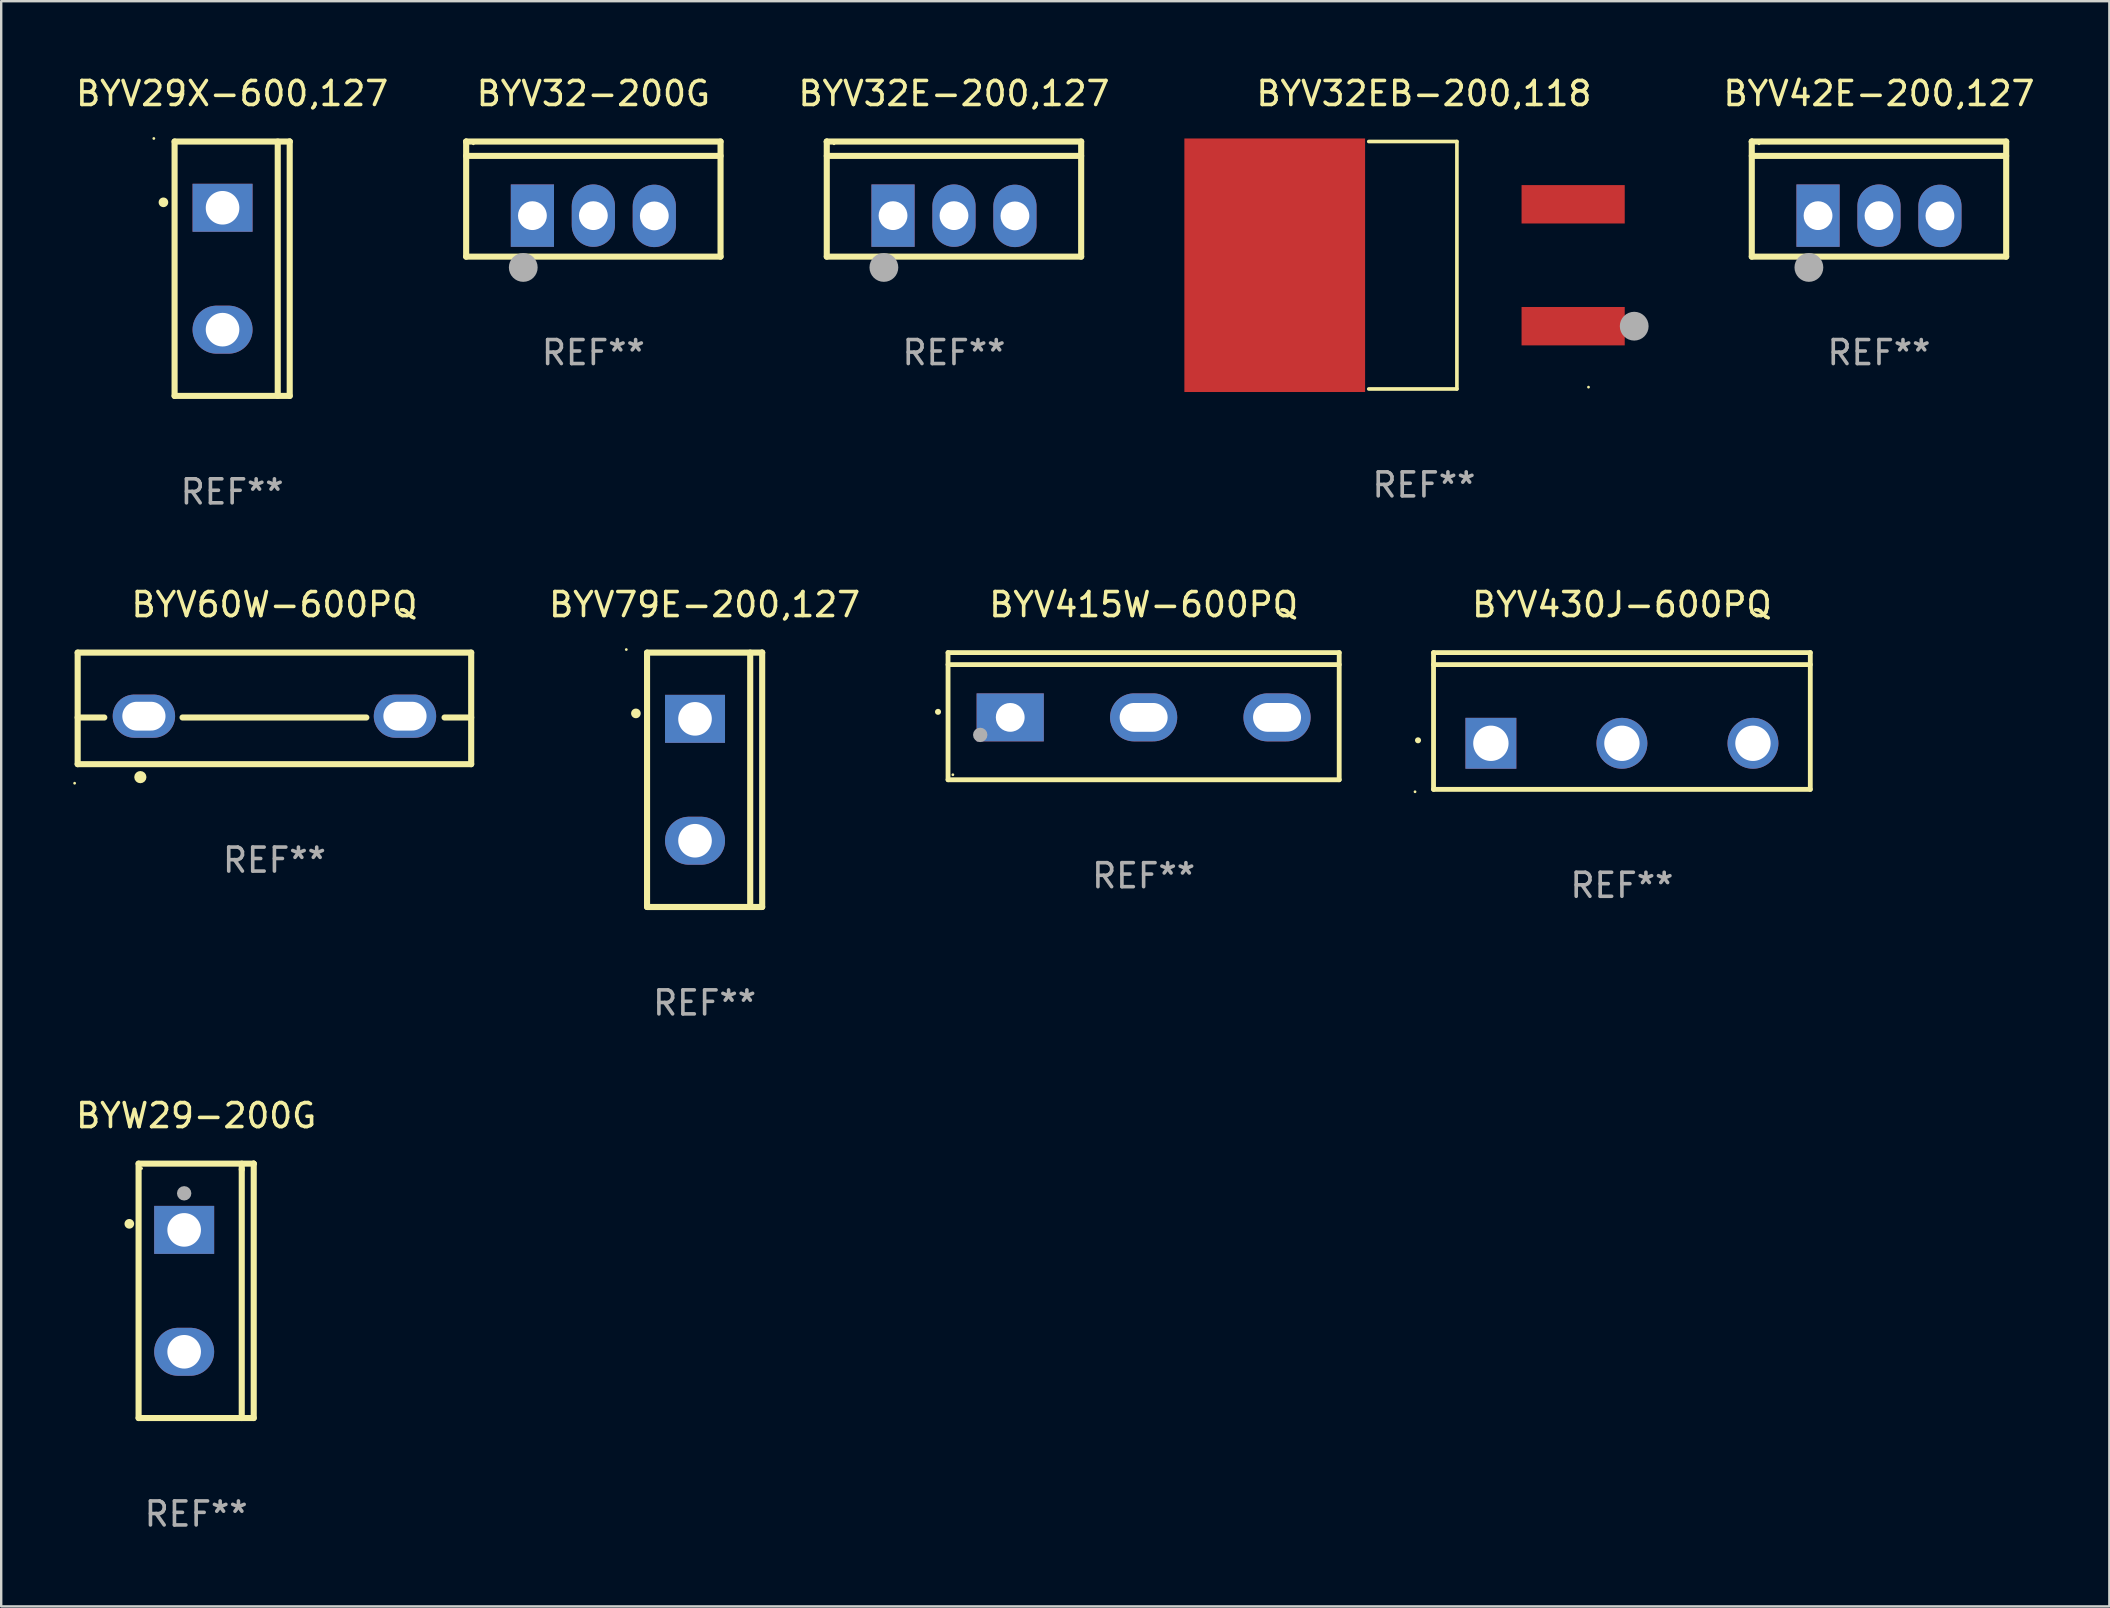
<source format=kicad_pcb>
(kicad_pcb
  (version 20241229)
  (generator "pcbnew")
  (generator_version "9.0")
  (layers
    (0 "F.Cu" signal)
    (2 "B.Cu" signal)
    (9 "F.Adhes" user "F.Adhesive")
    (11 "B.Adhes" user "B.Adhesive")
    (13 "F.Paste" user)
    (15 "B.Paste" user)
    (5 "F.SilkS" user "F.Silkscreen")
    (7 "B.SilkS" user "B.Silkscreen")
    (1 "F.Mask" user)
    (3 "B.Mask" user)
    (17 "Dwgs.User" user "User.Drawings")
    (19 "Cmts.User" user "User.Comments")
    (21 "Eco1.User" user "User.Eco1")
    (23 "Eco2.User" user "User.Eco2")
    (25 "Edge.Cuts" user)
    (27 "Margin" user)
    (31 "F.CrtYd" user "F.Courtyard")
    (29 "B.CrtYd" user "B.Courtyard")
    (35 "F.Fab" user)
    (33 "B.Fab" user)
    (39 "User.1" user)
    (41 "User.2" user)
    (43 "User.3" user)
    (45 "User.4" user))
  (footprint "BYV42E-200,127"
    (layer "F.Cu")
    (at 75.257 5.247)
    (property "Reference" "BYV42E-200,127" (at 0 -4.399 0) (layer "F.SilkS") (effects (font (size 1 1) (thickness 0.15))))
    (attr through_hole)
    (fp_line (start -5.301 -2.399) (end 5.301 -2.399) (stroke (width 0.254) (type solid)) (layer "F.SilkS"))
    (fp_line (start -5.301 -2.394) (end -5.301 -2.399) (stroke (width 0.254) (type solid)) (layer "F.SilkS"))
    (fp_line (start -5.301 2.399) (end -5.301 -2.394) (stroke (width 0.254) (type solid)) (layer "F.SilkS"))
    (fp_line (start 5.3 -1.8) (end -5.3 -1.8) (stroke (width 0.254) (type solid)) (layer "F.SilkS"))
    (fp_line (start 5.301 -2.399) (end 5.301 2.399) (stroke (width 0.254) (type solid)) (layer "F.SilkS"))
    (fp_line (start 5.301 2.399) (end -5.301 2.399) (stroke (width 0.254) (type solid)) (layer "F.SilkS"))
    (fp_arc (start -2.769977 3.025032) (mid -2.768707 3.025028) (end -2.767437 3.025032) (stroke (width 0.4) (type solid)) (layer "F.SilkS"))
    (fp_circle (center -5 -2.305) (end -4.97 -2.305) (stroke (width 0.06) (type solid)) (fill no) (layer "F.SilkS"))
    (fp_circle (center -2.921 2.849) (end -2.621 2.849) (stroke (width 0.6) (type solid)) (fill no) (layer "F.Fab"))
    (fp_text user "REF**" (at 0 6.399 0) (layer "F.Fab") (effects (font (size 1 1) (thickness 0.15))))
    (pad "1" thru_hole rect (at -2.54 0.69) (size 1.8 2.6) (drill 1.2) (layers "*.Cu" "*.Mask"))
    (pad "2" thru_hole oval (at 0 0.69) (size 1.8 2.6) (drill 1.2) (layers "*.Cu" "*.Mask"))
    (pad "3" thru_hole oval (at 2.54 0.7) (size 1.8 2.6) (drill 1.2) (layers "*.Cu" "*.Mask")))
  (footprint "BYV430J-600PQ"
    (layer "F.Cu")
    (at 64.544 26.997)
    (property "Reference" "BYV430J-600PQ" (at 0 -4.85 0) (layer "F.SilkS") (effects (font (size 1 1) (thickness 0.15))))
    (attr through_hole)
    (fp_line (start -7.851 -2.85) (end -7.851 2.85) (stroke (width 0.201) (type solid)) (layer "F.SilkS"))
    (fp_line (start 7.851 -2.85) (end -7.851 -2.85) (stroke (width 0.201) (type solid)) (layer "F.SilkS"))
    (fp_line (start 7.851 -2.35) (end -7.851 -2.35) (stroke (width 0.201) (type solid)) (layer "F.SilkS"))
    (fp_line (start 7.851 2.85) (end -7.851 2.85) (stroke (width 0.201) (type solid)) (layer "F.SilkS"))
    (fp_line (start 7.851 2.85) (end 7.851 -2.85) (stroke (width 0.201) (type solid)) (layer "F.SilkS"))
    (fp_arc (start -8.498857 0.805182) (mid -8.497587 0.805176) (end -8.496317 0.805182) (stroke (width 0.24892) (type solid)) (layer "F.SilkS"))
    (fp_circle (center -8.622 2.95) (end -8.592 2.95) (stroke (width 0.06) (type solid)) (fill no) (layer "F.SilkS"))
    (fp_text user "REF**" (at 0 6.85 0) (layer "F.Fab") (effects (font (size 1 1) (thickness 0.15))))
    (pad "1" thru_hole rect (at -5.461 0.93 90) (size 2.121 2.121) (drill 1.473) (layers "*.Cu" "*.Mask"))
    (pad "2" thru_hole circle (at 0 0.93) (size 2.121 2.121) (drill 1.473) (layers "*.Cu" "*.Mask"))
    (pad "3" thru_hole circle (at 5.461 0.93) (size 2.121 2.121) (drill 1.473) (layers "*.Cu" "*.Mask")))
  (footprint "BYV60W-600PQ"
    (layer "F.Cu")
    (at 8.387 26.472)
    (property "Reference" "BYV60W-600PQ" (at 0 -4.325 0) (layer "F.SilkS") (effects (font (size 1 1) (thickness 0.15))))
    (attr through_hole)
    (fp_line (start -8.2 -2.325) (end -8.2 2.325) (stroke (width 0.254) (type solid)) (layer "F.SilkS"))
    (fp_line (start -8.2 -2.325) (end 8.2 -2.325) (stroke (width 0.254) (type solid)) (layer "F.SilkS"))
    (fp_line (start -8.2 0.38) (end -7.09 0.38) (stroke (width 0.254) (type solid)) (layer "F.SilkS"))
    (fp_line (start -8.2 2.325) (end 8.2 2.325) (stroke (width 0.254) (type solid)) (layer "F.SilkS"))
    (fp_line (start -3.83 0.38) (end 3.83 0.38) (stroke (width 0.254) (type solid)) (layer "F.SilkS"))
    (fp_line (start 7.09 0.38) (end 8.2 0.38) (stroke (width 0.254) (type solid)) (layer "F.SilkS"))
    (fp_line (start 8.2 -2.325) (end 8.2 2.325) (stroke (width 0.254) (type solid)) (layer "F.SilkS"))
    (fp_circle (center -8.327 3.119) (end -8.297 3.119) (stroke (width 0.06) (type solid)) (fill no) (layer "F.SilkS"))
    (fp_circle (center -5.588 2.865) (end -5.461 2.865) (stroke (width 0.254) (type solid)) (fill no) (layer "F.SilkS"))
    (fp_text user "REF**" (at 0 6.325 0) (layer "F.Fab") (effects (font (size 1 1) (thickness 0.15))))
    (pad "1" thru_hole oval (at -5.44 0.325) (size 2.6 1.8) (drill oval 1.8 1.2) (layers "*.Cu" "*.Mask"))
    (pad "2" thru_hole oval (at 5.44 0.325) (size 2.6 1.8) (drill oval 1.8 1.2) (layers "*.Cu" "*.Mask")))
  (footprint "BYW29-200G"
    (layer "F.Cu")
    (at 5.125 50.746)
    (property "Reference" "BYW29-200G" (at 0 -7.301 0) (layer "F.SilkS") (effects (font (size 1 1) (thickness 0.15))))
    (attr through_hole)
    (fp_line (start -2.399 -5.301) (end 2.394 -5.301) (stroke (width 0.254) (type solid)) (layer "F.SilkS"))
    (fp_line (start -2.399 5.301) (end -2.399 -5.301) (stroke (width 0.254) (type solid)) (layer "F.SilkS"))
    (fp_line (start 1.9 -5.061) (end 1.9 -5.3) (stroke (width 0.254) (type solid)) (layer "F.SilkS"))
    (fp_line (start 1.9 5.3) (end 1.9 -5.061) (stroke (width 0.254) (type solid)) (layer "F.SilkS"))
    (fp_line (start 2.394 -5.301) (end 2.399 -5.301) (stroke (width 0.254) (type solid)) (layer "F.SilkS"))
    (fp_line (start 2.399 -5.301) (end 2.399 5.301) (stroke (width 0.254) (type solid)) (layer "F.SilkS"))
    (fp_line (start 2.399 5.301) (end -2.399 5.301) (stroke (width 0.254) (type solid)) (layer "F.SilkS"))
    (fp_arc (start -2.786043 -2.791466) (mid -2.786047 -2.792736) (end -2.786043 -2.794006) (stroke (width 0.4) (type solid)) (layer "F.SilkS"))
    (fp_circle (center -2.275 -5.1) (end -2.245 -5.1) (stroke (width 0.06) (type solid)) (fill no) (layer "F.SilkS"))
    (fp_circle (center -0.5 -4.064) (end -0.35 -4.064) (stroke (width 0.3) (type solid)) (fill no) (layer "F.Fab"))
    (fp_text user "REF**" (at 0 9.301 0) (layer "F.Fab") (effects (font (size 1 1) (thickness 0.15))))
    (pad "1" thru_hole rect (at -0.5 -2.54 270) (size 2 2.5) (drill 1.4) (layers "*.Cu" "*.Mask"))
    (pad "3" thru_hole oval (at -0.5 2.54 270) (size 2 2.5) (drill 1.4) (layers "*.Cu" "*.Mask")))
  (footprint "BYV32-200G"
    (layer "F.Cu")
    (at 21.678 5.247)
    (property "Reference" "BYV32-200G" (at 0 -4.399 0) (layer "F.SilkS") (effects (font (size 1 1) (thickness 0.15))))
    (attr through_hole)
    (fp_line (start -5.301 -2.399) (end 5.301 -2.399) (stroke (width 0.254) (type solid)) (layer "F.SilkS"))
    (fp_line (start -5.301 -2.394) (end -5.301 -2.399) (stroke (width 0.254) (type solid)) (layer "F.SilkS"))
    (fp_line (start -5.301 2.399) (end -5.301 -2.394) (stroke (width 0.254) (type solid)) (layer "F.SilkS"))
    (fp_line (start 5.3 -1.8) (end -5.3 -1.8) (stroke (width 0.254) (type solid)) (layer "F.SilkS"))
    (fp_line (start 5.301 -2.399) (end 5.301 2.399) (stroke (width 0.254) (type solid)) (layer "F.SilkS"))
    (fp_line (start 5.301 2.399) (end -5.301 2.399) (stroke (width 0.254) (type solid)) (layer "F.SilkS"))
    (fp_arc (start -2.769977 3.025032) (mid -2.768707 3.025028) (end -2.767437 3.025032) (stroke (width 0.4) (type solid)) (layer "F.SilkS"))
    (fp_circle (center -5 -2.305) (end -4.97 -2.305) (stroke (width 0.06) (type solid)) (fill no) (layer "F.SilkS"))
    (fp_circle (center -2.921 2.849) (end -2.621 2.849) (stroke (width 0.6) (type solid)) (fill no) (layer "F.Fab"))
    (fp_text user "REF**" (at 0 6.399 0) (layer "F.Fab") (effects (font (size 1 1) (thickness 0.15))))
    (pad "1" thru_hole rect (at -2.54 0.69) (size 1.8 2.6) (drill 1.2) (layers "*.Cu" "*.Mask"))
    (pad "2" thru_hole oval (at 0 0.69) (size 1.8 2.6) (drill 1.2) (layers "*.Cu" "*.Mask"))
    (pad "3" thru_hole oval (at 2.54 0.7) (size 1.8 2.6) (drill 1.2) (layers "*.Cu" "*.Mask")))
  (footprint "BYV415W-600PQ"
    (layer "F.Cu")
    (at 44.611 26.797)
    (property "Reference" "BYV415W-600PQ" (at 0 -4.65 0) (layer "F.SilkS") (effects (font (size 1 1) (thickness 0.15))))
    (attr through_hole)
    (fp_line (start -8.151 -2.65) (end -8.151 2.65) (stroke (width 0.201) (type solid)) (layer "F.SilkS"))
    (fp_line (start 8.151 -2.65) (end -8.151 -2.65) (stroke (width 0.201) (type solid)) (layer "F.SilkS"))
    (fp_line (start 8.151 -2.15) (end -8.151 -2.15) (stroke (width 0.201) (type solid)) (layer "F.SilkS"))
    (fp_line (start 8.151 2.65) (end -8.151 2.65) (stroke (width 0.201) (type solid)) (layer "F.SilkS"))
    (fp_line (start 8.151 2.65) (end 8.151 -2.65) (stroke (width 0.201) (type solid)) (layer "F.SilkS"))
    (fp_arc (start -8.570003 -0.18048) (mid -8.568733 -0.180486) (end -8.567463 -0.18048) (stroke (width 0.24892) (type solid)) (layer "F.SilkS"))
    (fp_circle (center -7.95 2.44) (end -7.92 2.44) (stroke (width 0.06) (type solid)) (fill no) (layer "F.SilkS"))
    (fp_circle (center -6.81 0.78) (end -6.66 0.78) (stroke (width 0.3) (type solid)) (fill no) (layer "F.Fab"))
    (fp_text user "REF**" (at 0 6.65 0) (layer "F.Fab") (effects (font (size 1 1) (thickness 0.15))))
    (pad "1" thru_hole rect (at -5.56 0.05 90) (size 2 2.8) (drill 1.2) (layers "*.Cu" "*.Mask"))
    (pad "2" thru_hole oval (at 0 0.05 90) (size 2 2.8) (drill oval 1.2 2) (layers "*.Cu" "*.Mask"))
    (pad "3" thru_hole oval (at 5.56 0.05 90) (size 2 2.8) (drill oval 1.2 2) (layers "*.Cu" "*.Mask")))
  (footprint "BYV32EB-200,118"
    (layer "F.Cu")
    (at 56.293 8.004)
    (property "Reference" "BYV32EB-200,118" (at 0 -7.156 0) (layer "F.SilkS") (effects (font (size 1 1) (thickness 0.15))))
    (attr through_hole)
    (fp_line (start -2.3 -5.156) (end 1.374 -5.156) (stroke (width 0.152) (type solid)) (layer "F.SilkS"))
    (fp_line (start -2.3 5.156) (end 1.374 5.156) (stroke (width 0.152) (type solid)) (layer "F.SilkS"))
    (fp_line (start 1.374 5.156) (end 1.374 -5.156) (stroke (width 0.152) (type solid)) (layer "F.SilkS"))
    (fp_circle (center 6.858 5.08) (end 6.888 5.08) (stroke (width 0.06) (type solid)) (fill no) (layer "F.SilkS"))
    (fp_circle (center 8.763 2.54) (end 9.063 2.54) (stroke (width 0.6) (type solid)) (fill no) (layer "F.Fab"))
    (fp_text user "REF**" (at 0 9.156 0) (layer "F.Fab") (effects (font (size 1 1) (thickness 0.15))))
    (pad "1" smd rect (at 6.218 2.54 180) (size 4.3 1.6) (layers "F.Cu" "F.Mask" "F.Paste"))
    (pad "2" smd rect (at -6.218 0 180) (size 7.532 10.566) (layers "F.Cu" "F.Mask" "F.Paste"))
    (pad "3" smd rect (at 6.218 -2.54 180) (size 4.3 1.6) (layers "F.Cu" "F.Mask" "F.Paste")))
  (footprint "BYV29X-600,127"
    (layer "F.Cu")
    (at 6.625 8.149)
    (property "Reference" "BYV29X-600,127" (at 0 -7.301 0) (layer "F.SilkS") (effects (font (size 1 1) (thickness 0.15))))
    (attr through_hole)
    (fp_line (start -2.399 -5.301) (end 2.394 -5.301) (stroke (width 0.254) (type solid)) (layer "F.SilkS"))
    (fp_line (start -2.399 5.301) (end -2.399 -5.301) (stroke (width 0.254) (type solid)) (layer "F.SilkS"))
    (fp_line (start 1.9 5.3) (end 1.9 -5.3) (stroke (width 0.254) (type solid)) (layer "F.SilkS"))
    (fp_line (start 2.394 -5.301) (end 2.399 -5.301) (stroke (width 0.254) (type solid)) (layer "F.SilkS"))
    (fp_line (start 2.399 -5.301) (end 2.399 5.301) (stroke (width 0.254) (type solid)) (layer "F.SilkS"))
    (fp_line (start 2.399 5.301) (end -2.399 5.301) (stroke (width 0.254) (type solid)) (layer "F.SilkS"))
    (fp_arc (start -2.863843 -2.766066) (mid -2.863847 -2.767336) (end -2.863843 -2.768606) (stroke (width 0.4) (type solid)) (layer "F.SilkS"))
    (fp_circle (center -3.264 -5.428) (end -3.234 -5.428) (stroke (width 0.06) (type solid)) (fill no) (layer "F.SilkS"))
    (fp_text user "REF**" (at 0 9.301 0) (layer "F.Fab") (effects (font (size 1 1) (thickness 0.15))))
    (pad "1" thru_hole rect (at -0.4 -2.54 270) (size 2 2.5) (drill 1.4) (layers "*.Cu" "*.Mask"))
    (pad "2" thru_hole oval (at -0.4 2.54 270) (size 2 2.5) (drill 1.4) (layers "*.Cu" "*.Mask")))
  (footprint "BYV32E-200,127"
    (layer "F.Cu")
    (at 36.707 5.247)
    (property "Reference" "BYV32E-200,127" (at 0 -4.399 0) (layer "F.SilkS") (effects (font (size 1 1) (thickness 0.15))))
    (attr through_hole)
    (fp_line (start -5.301 -2.399) (end 5.301 -2.399) (stroke (width 0.254) (type solid)) (layer "F.SilkS"))
    (fp_line (start -5.301 -2.394) (end -5.301 -2.399) (stroke (width 0.254) (type solid)) (layer "F.SilkS"))
    (fp_line (start -5.301 2.399) (end -5.301 -2.394) (stroke (width 0.254) (type solid)) (layer "F.SilkS"))
    (fp_line (start 5.3 -1.8) (end -5.3 -1.8) (stroke (width 0.254) (type solid)) (layer "F.SilkS"))
    (fp_line (start 5.301 -2.399) (end 5.301 2.399) (stroke (width 0.254) (type solid)) (layer "F.SilkS"))
    (fp_line (start 5.301 2.399) (end -5.301 2.399) (stroke (width 0.254) (type solid)) (layer "F.SilkS"))
    (fp_arc (start -2.769977 3.025032) (mid -2.768707 3.025028) (end -2.767437 3.025032) (stroke (width 0.4) (type solid)) (layer "F.SilkS"))
    (fp_circle (center -5 -2.305) (end -4.97 -2.305) (stroke (width 0.06) (type solid)) (fill no) (layer "F.SilkS"))
    (fp_circle (center -2.921 2.849) (end -2.621 2.849) (stroke (width 0.6) (type solid)) (fill no) (layer "F.Fab"))
    (fp_text user "REF**" (at 0 6.399 0) (layer "F.Fab") (effects (font (size 1 1) (thickness 0.15))))
    (pad "1" thru_hole rect (at -2.54 0.69) (size 1.8 2.6) (drill 1.2) (layers "*.Cu" "*.Mask"))
    (pad "2" thru_hole oval (at 0 0.69) (size 1.8 2.6) (drill 1.2) (layers "*.Cu" "*.Mask"))
    (pad "3" thru_hole oval (at 2.54 0.7) (size 1.8 2.6) (drill 1.2) (layers "*.Cu" "*.Mask")))
  (footprint "BYV79E-200,127"
    (layer "F.Cu")
    (at 26.315 29.448)
    (property "Reference" "BYV79E-200,127" (at 0 -7.301 0) (layer "F.SilkS") (effects (font (size 1 1) (thickness 0.15))))
    (attr through_hole)
    (fp_line (start -2.399 -5.301) (end 2.394 -5.301) (stroke (width 0.254) (type solid)) (layer "F.SilkS"))
    (fp_line (start -2.399 5.301) (end -2.399 -5.301) (stroke (width 0.254) (type solid)) (layer "F.SilkS"))
    (fp_line (start 1.9 5.3) (end 1.9 -5.3) (stroke (width 0.254) (type solid)) (layer "F.SilkS"))
    (fp_line (start 2.394 -5.301) (end 2.399 -5.301) (stroke (width 0.254) (type solid)) (layer "F.SilkS"))
    (fp_line (start 2.399 -5.301) (end 2.399 5.301) (stroke (width 0.254) (type solid)) (layer "F.SilkS"))
    (fp_line (start 2.399 5.301) (end -2.399 5.301) (stroke (width 0.254) (type solid)) (layer "F.SilkS"))
    (fp_arc (start -2.863843 -2.766066) (mid -2.863847 -2.767336) (end -2.863843 -2.768606) (stroke (width 0.4) (type solid)) (layer "F.SilkS"))
    (fp_circle (center -3.264 -5.428) (end -3.234 -5.428) (stroke (width 0.06) (type solid)) (fill no) (layer "F.SilkS"))
    (fp_text user "REF**" (at 0 9.301 0) (layer "F.Fab") (effects (font (size 1 1) (thickness 0.15))))
    (pad "1" thru_hole rect (at -0.4 -2.54 270) (size 2 2.5) (drill 1.4) (layers "*.Cu" "*.Mask"))
    (pad "2" thru_hole oval (at -0.4 2.54 270) (size 2 2.5) (drill 1.4) (layers "*.Cu" "*.Mask")))
  (gr_rect
    (start -3 -3)
    (end 84.858 63.896)
    (stroke (width 0.1) (type default))
    (fill no)
    (layer "Edge.Cuts")))
</source>
